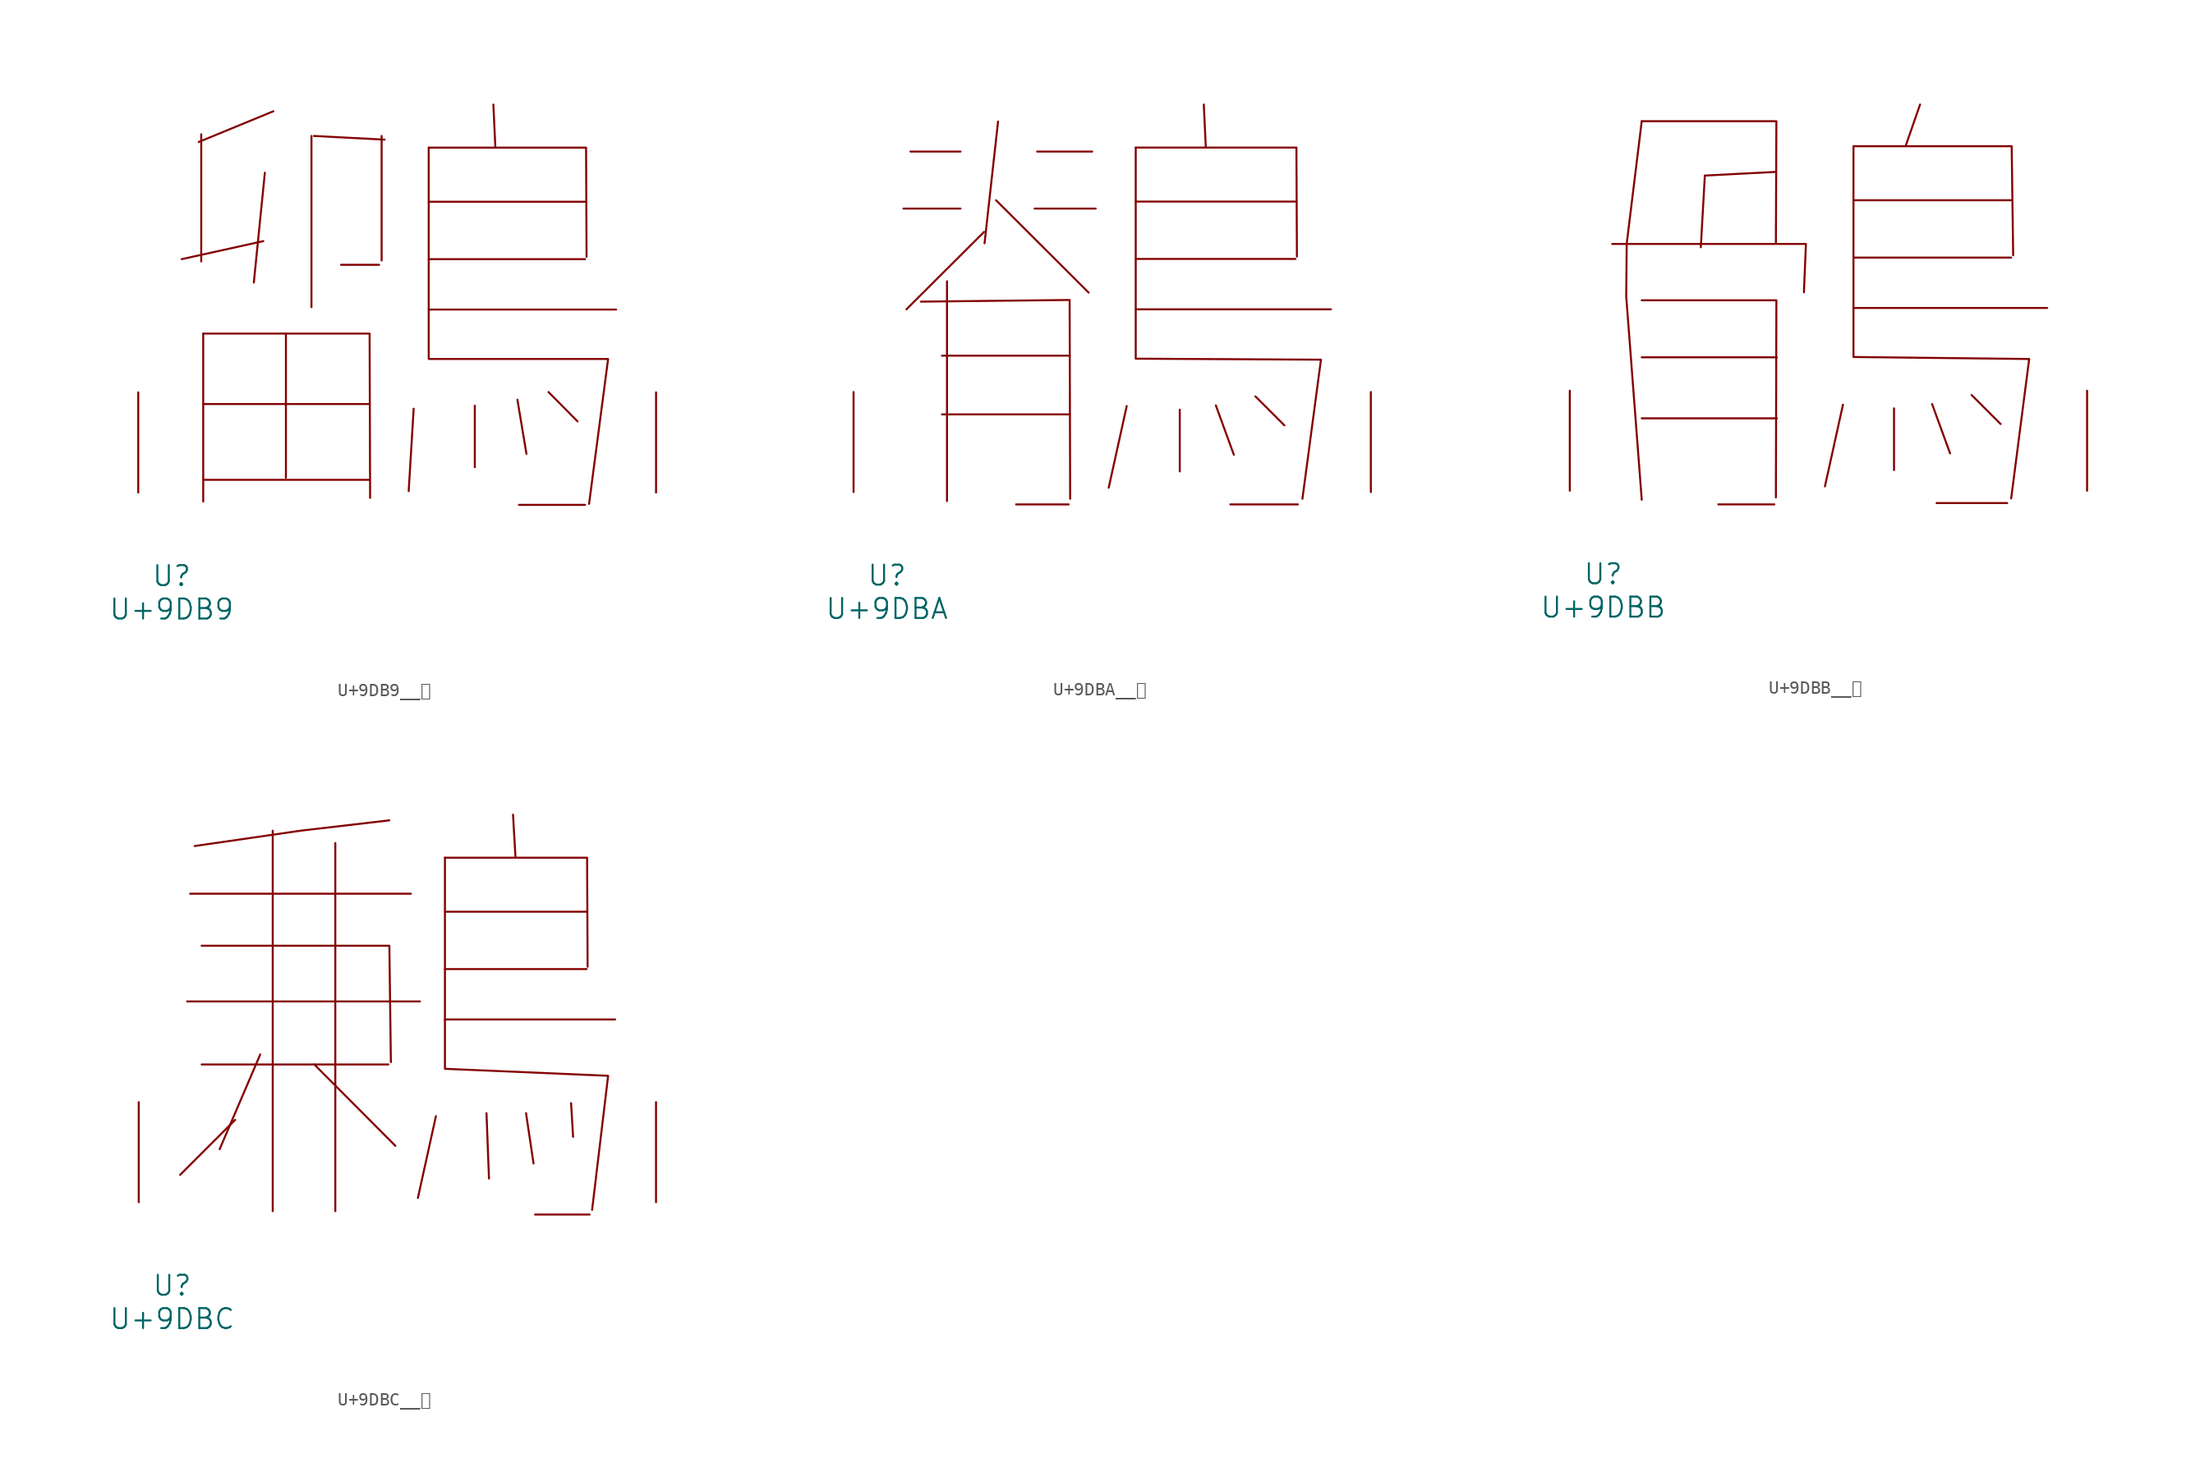
<source format=kicad_sym>
(kicad_symbol_lib
  (version 20231120)
  (generator "kicad_symbol_editor")
  (generator_version "8.0")
  (symbol "U+9DB9__鶹"
    (pin_names
      (offset 1.016))
    (property "Reference" "U"
      (at 0 -6.35 0)
      (effects (font (size 1.524 1.524))))
    (property "Value" "U+9DB9"
      (at 0 -8.89 0)
      (effects (font (size 1.524 1.524))))
    (symbol "U+9DB9__鶹_0_1"
      (polyline (pts (xy 2.248 27.254) (xy 2.248 17.577)) (stroke (width 0) (type solid)) (fill (type none)))
      (polyline (pts (xy 2.4 0.965) (xy 15.011 0.965)) (stroke (width 0) (type solid)) (fill (type none)))
      (polyline (pts (xy 2.4 6.731) (xy 15.011 6.731)) (stroke (width 0) (type solid)) (fill (type none)))
      (polyline (pts (xy 2.4 12.09) (xy 2.4 -0.686)) (stroke (width 0) (type solid)) (fill (type none)))
      (polyline (pts (xy 6.972 19.126) (xy 0.762 17.755)) (stroke (width 0) (type solid)) (fill (type none)))
      (polyline (pts (xy 7.087 24.333) (xy 6.248 15.977)) (stroke (width 0) (type solid)) (fill (type none)))
      (polyline (pts (xy 7.734 29.007) (xy 2.057 26.67)) (stroke (width 0) (type solid)) (fill (type none)))
      (polyline (pts (xy 8.687 12.09) (xy 8.687 1.118)) (stroke (width 0) (type solid)) (fill (type none)))
      (polyline (pts (xy 10.63 27.127) (xy 10.63 14.097)) (stroke (width 0) (type solid)) (fill (type none)))
      (polyline (pts (xy 10.82 27.127) (xy 16.192 26.848)) (stroke (width 0) (type solid)) (fill (type none)))
      (polyline (pts (xy 12.878 17.323) (xy 15.773 17.323)) (stroke (width 0) (type solid)) (fill (type none)))
      (polyline (pts (xy 15.964 27.127) (xy 15.964 17.653)) (stroke (width 0) (type solid)) (fill (type none)))
      (polyline (pts (xy 18.402 6.375) (xy 18.021 0.102)) (stroke (width 0) (type solid)) (fill (type none)))
      (polyline (pts (xy 19.545 13.919) (xy 33.795 13.919)) (stroke (width 0) (type solid)) (fill (type none)))
      (polyline (pts (xy 19.545 17.755) (xy 31.433 17.755)) (stroke (width 0) (type solid)) (fill (type none)))
      (polyline (pts (xy 19.545 22.123) (xy 31.433 22.123)) (stroke (width 0) (type solid)) (fill (type none)))
      (polyline (pts (xy 23.05 6.604) (xy 23.05 1.93)) (stroke (width 0) (type solid)) (fill (type none)))
      (polyline (pts (xy 24.46 29.515) (xy 24.613 26.238)) (stroke (width 0) (type solid)) (fill (type none)))
      (polyline (pts (xy 26.289 7.061) (xy 26.975 2.946)) (stroke (width 0) (type solid)) (fill (type none)))
      (polyline (pts (xy 26.403 -0.94) (xy 31.433 -0.94)) (stroke (width 0) (type solid)) (fill (type none)))
      (polyline (pts (xy 28.651 7.645) (xy 30.861 5.41)) (stroke (width 0) (type solid)) (fill (type none)))
      (polyline (pts (xy 2.4 12.09) (xy 15.05 12.09) (xy 15.088 -0.406)) (stroke (width 0) (type solid)) (fill (type none)))
      (polyline (pts (xy 19.545 26.238) (xy 31.509 26.238) (xy 31.547 17.932)) (stroke (width 0) (type solid)) (fill (type none)))
      (polyline (pts (xy 19.545 26.238) (xy 19.545 10.16) (xy 33.185 10.16) (xy 31.737 -0.864)) (stroke (width 0) (type solid)) (fill (type none)))
      (pin input line (at -2.54 0 90) (length 7.62) (name "~" (effects (font (size 1.27 1.27)))) (number "~" (effects (font (size 1.27 1.27)))))
      (pin input line (at 36.83 0 90) (length 7.62) (name "~" (effects (font (size 1.27 1.27)))) (number "~" (effects (font (size 1.27 1.27)))))))
  (symbol "U+9DBA__鶺"
    (pin_names
      (offset 1.016))
    (property "Reference" "U"
      (at 0 -6.35 0)
      (effects (font (size 1.524 1.524))))
    (property "Value" "U+9DBA"
      (at 0 -8.89 0)
      (effects (font (size 1.524 1.524))))
    (symbol "U+9DBA__鶺_0_1"
      (polyline (pts (xy 1.257 21.59) (xy 5.601 21.59)) (stroke (width 0) (type solid)) (fill (type none)))
      (polyline (pts (xy 1.791 25.933) (xy 5.601 25.933)) (stroke (width 0) (type solid)) (fill (type none)))
      (polyline (pts (xy 4.191 5.918) (xy 13.906 5.918)) (stroke (width 0) (type solid)) (fill (type none)))
      (polyline (pts (xy 4.191 10.389) (xy 13.906 10.389)) (stroke (width 0) (type solid)) (fill (type none)))
      (polyline (pts (xy 4.572 16.053) (xy 4.572 -0.686)) (stroke (width 0) (type solid)) (fill (type none)))
      (polyline (pts (xy 7.391 19.812) (xy 1.486 13.919)) (stroke (width 0) (type solid)) (fill (type none)))
      (polyline (pts (xy 8.306 22.225) (xy 15.354 15.189)) (stroke (width 0) (type solid)) (fill (type none)))
      (polyline (pts (xy 8.458 28.219) (xy 7.429 18.948)) (stroke (width 0) (type solid)) (fill (type none)))
      (polyline (pts (xy 9.83 -0.94) (xy 13.83 -0.94)) (stroke (width 0) (type solid)) (fill (type none)))
      (polyline (pts (xy 11.239 21.59) (xy 15.888 21.59)) (stroke (width 0) (type solid)) (fill (type none)))
      (polyline (pts (xy 11.43 25.933) (xy 15.621 25.933)) (stroke (width 0) (type solid)) (fill (type none)))
      (polyline (pts (xy 18.25 6.553) (xy 16.878 0.33)) (stroke (width 0) (type solid)) (fill (type none)))
      (polyline (pts (xy 18.936 13.919) (xy 33.795 13.919)) (stroke (width 0) (type solid)) (fill (type none)))
      (polyline (pts (xy 18.936 17.755) (xy 31.09 17.755)) (stroke (width 0) (type solid)) (fill (type none)))
      (polyline (pts (xy 18.936 22.123) (xy 31.09 22.123)) (stroke (width 0) (type solid)) (fill (type none)))
      (polyline (pts (xy 22.288 6.274) (xy 22.288 1.575)) (stroke (width 0) (type solid)) (fill (type none)))
      (polyline (pts (xy 24.117 29.515) (xy 24.27 26.238)) (stroke (width 0) (type solid)) (fill (type none)))
      (polyline (pts (xy 25.032 6.604) (xy 26.403 2.845)) (stroke (width 0) (type solid)) (fill (type none)))
      (polyline (pts (xy 26.137 -0.94) (xy 31.28 -0.94)) (stroke (width 0) (type solid)) (fill (type none)))
      (polyline (pts (xy 28.042 7.29) (xy 30.251 5.08)) (stroke (width 0) (type solid)) (fill (type none)))
      (polyline (pts (xy 2.591 14.503) (xy 13.906 14.63) (xy 13.945 -0.508)) (stroke (width 0) (type solid)) (fill (type none)))
      (polyline (pts (xy 18.936 26.238) (xy 31.166 26.238) (xy 31.204 17.932)) (stroke (width 0) (type solid)) (fill (type none)))
      (polyline (pts (xy 18.936 26.238) (xy 18.936 10.16) (xy 33.033 10.084) (xy 31.623 -0.508)) (stroke (width 0) (type solid)) (fill (type none)))
      (pin input line (at -2.54 0 90) (length 7.62) (name "~" (effects (font (size 1.27 1.27)))) (number "~" (effects (font (size 1.27 1.27)))))
      (pin input line (at 36.83 0 90) (length 7.62) (name "~" (effects (font (size 1.27 1.27)))) (number "~" (effects (font (size 1.27 1.27)))))))
  (symbol "U+9DBB__鶻"
    (pin_names
      (offset 1.016))
    (property "Reference" "U"
      (at 0 -6.35 0)
      (effects (font (size 1.524 1.524))))
    (property "Value" "U+9DBB"
      (at 0 -8.89 0)
      (effects (font (size 1.524 1.524))))
    (symbol "U+9DBB__鶻_0_1"
      (polyline (pts (xy 2.934 5.512) (xy 13.221 5.512)) (stroke (width 0) (type solid)) (fill (type none)))
      (polyline (pts (xy 2.934 10.16) (xy 13.221 10.16)) (stroke (width 0) (type solid)) (fill (type none)))
      (polyline (pts (xy 7.734 23.927) (xy 7.429 18.542)) (stroke (width 0) (type solid)) (fill (type none)))
      (polyline (pts (xy 8.763 -1.041) (xy 13.03 -1.041)) (stroke (width 0) (type solid)) (fill (type none)))
      (polyline (pts (xy 13.145 24.282) (xy 7.734 24.003)) (stroke (width 0) (type solid)) (fill (type none)))
      (polyline (pts (xy 18.25 6.553) (xy 16.878 0.33)) (stroke (width 0) (type solid)) (fill (type none)))
      (polyline (pts (xy 19.05 13.919) (xy 33.795 13.919)) (stroke (width 0) (type solid)) (fill (type none)))
      (polyline (pts (xy 19.05 17.755) (xy 31.052 17.755)) (stroke (width 0) (type solid)) (fill (type none)))
      (polyline (pts (xy 19.05 22.123) (xy 31.052 22.123)) (stroke (width 0) (type solid)) (fill (type none)))
      (polyline (pts (xy 22.136 6.274) (xy 22.136 1.575)) (stroke (width 0) (type solid)) (fill (type none)))
      (polyline (pts (xy 24.117 29.413) (xy 23.05 26.34)) (stroke (width 0) (type solid)) (fill (type none)))
      (polyline (pts (xy 25.032 6.604) (xy 26.403 2.845)) (stroke (width 0) (type solid)) (fill (type none)))
      (polyline (pts (xy 25.375 -0.94) (xy 30.747 -0.94)) (stroke (width 0) (type solid)) (fill (type none)))
      (polyline (pts (xy 28.042 7.29) (xy 30.251 5.08)) (stroke (width 0) (type solid)) (fill (type none)))
      (polyline (pts (xy 0.686 18.796) (xy 15.431 18.796) (xy 15.278 15.113)) (stroke (width 0) (type solid)) (fill (type none)))
      (polyline (pts (xy 2.934 14.503) (xy 13.183 14.503) (xy 13.145 -0.508)) (stroke (width 0) (type solid)) (fill (type none)))
      (polyline (pts (xy 2.934 28.143) (xy 13.183 28.143) (xy 13.145 18.898)) (stroke (width 0) (type solid)) (fill (type none)))
      (polyline (pts (xy 19.05 26.238) (xy 31.09 26.238) (xy 31.204 17.932)) (stroke (width 0) (type solid)) (fill (type none)))
      (polyline (pts (xy 2.934 28.143) (xy 1.791 18.821) (xy 1.753 14.808) (xy 2.934 -0.686)) (stroke (width 0) (type solid)) (fill (type none)))
      (polyline (pts (xy 19.05 26.238) (xy 19.05 10.185) (xy 32.423 10.033) (xy 31.052 -0.584)) (stroke (width 0) (type solid)) (fill (type none)))
      (pin input line (at -2.54 0 90) (length 7.62) (name "~" (effects (font (size 1.27 1.27)))) (number "~" (effects (font (size 1.27 1.27)))))
      (pin input line (at 36.83 0 90) (length 7.62) (name "~" (effects (font (size 1.27 1.27)))) (number "~" (effects (font (size 1.27 1.27)))))))
  (symbol "U+9DBC__鶼"
    (pin_names
      (offset 1.016))
    (property "Reference" "U"
      (at 0 -6.35 0)
      (effects (font (size 1.524 1.524))))
    (property "Value" "U+9DBC"
      (at 0 -8.89 0)
      (effects (font (size 1.524 1.524))))
    (symbol "U+9DBC__鶼_0_1"
      (polyline (pts (xy 1.143 15.291) (xy 18.86 15.291)) (stroke (width 0) (type solid)) (fill (type none)))
      (polyline (pts (xy 1.372 23.495) (xy 18.174 23.495)) (stroke (width 0) (type solid)) (fill (type none)))
      (polyline (pts (xy 2.248 10.49) (xy 16.459 10.49)) (stroke (width 0) (type solid)) (fill (type none)))
      (polyline (pts (xy 4.801 6.274) (xy 0.61 2.083)) (stroke (width 0) (type solid)) (fill (type none)))
      (polyline (pts (xy 6.706 11.252) (xy 3.619 4.039)) (stroke (width 0) (type solid)) (fill (type none)))
      (polyline (pts (xy 7.658 28.296) (xy 7.658 -0.686)) (stroke (width 0) (type solid)) (fill (type none)))
      (polyline (pts (xy 10.82 10.49) (xy 16.993 4.293)) (stroke (width 0) (type solid)) (fill (type none)))
      (polyline (pts (xy 12.421 27.356) (xy 12.421 -0.686)) (stroke (width 0) (type solid)) (fill (type none)))
      (polyline (pts (xy 20.079 6.553) (xy 18.707 0.33)) (stroke (width 0) (type solid)) (fill (type none)))
      (polyline (pts (xy 20.765 13.919) (xy 33.718 13.919)) (stroke (width 0) (type solid)) (fill (type none)))
      (polyline (pts (xy 20.765 17.755) (xy 31.547 17.755)) (stroke (width 0) (type solid)) (fill (type none)))
      (polyline (pts (xy 20.765 22.123) (xy 31.547 22.123)) (stroke (width 0) (type solid)) (fill (type none)))
      (polyline (pts (xy 23.927 6.782) (xy 24.117 1.803)) (stroke (width 0) (type solid)) (fill (type none)))
      (polyline (pts (xy 25.946 29.515) (xy 26.137 26.238)) (stroke (width 0) (type solid)) (fill (type none)))
      (polyline (pts (xy 26.937 6.782) (xy 27.508 2.946)) (stroke (width 0) (type solid)) (fill (type none)))
      (polyline (pts (xy 27.622 -0.94) (xy 31.775 -0.94)) (stroke (width 0) (type solid)) (fill (type none)))
      (polyline (pts (xy 30.366 7.544) (xy 30.518 4.978)) (stroke (width 0) (type solid)) (fill (type none)))
      (polyline (pts (xy 2.248 19.533) (xy 16.535 19.533) (xy 16.65 10.668)) (stroke (width 0) (type solid)) (fill (type none)))
      (polyline (pts (xy 16.535 29.083) (xy 9.792 28.296) (xy 1.714 27.127)) (stroke (width 0) (type solid)) (fill (type none)))
      (polyline (pts (xy 20.765 26.238) (xy 31.585 26.238) (xy 31.623 17.932)) (stroke (width 0) (type solid)) (fill (type none)))
      (polyline (pts (xy 20.765 26.238) (xy 20.765 10.16) (xy 33.185 9.627) (xy 31.966 -0.584)) (stroke (width 0) (type solid)) (fill (type none)))
      (pin input line (at -2.54 0 90) (length 7.62) (name "~" (effects (font (size 1.27 1.27)))) (number "~" (effects (font (size 1.27 1.27)))))
      (pin input line (at 36.83 0 90) (length 7.62) (name "~" (effects (font (size 1.27 1.27)))) (number "~" (effects (font (size 1.27 1.27))))))))
</source>
